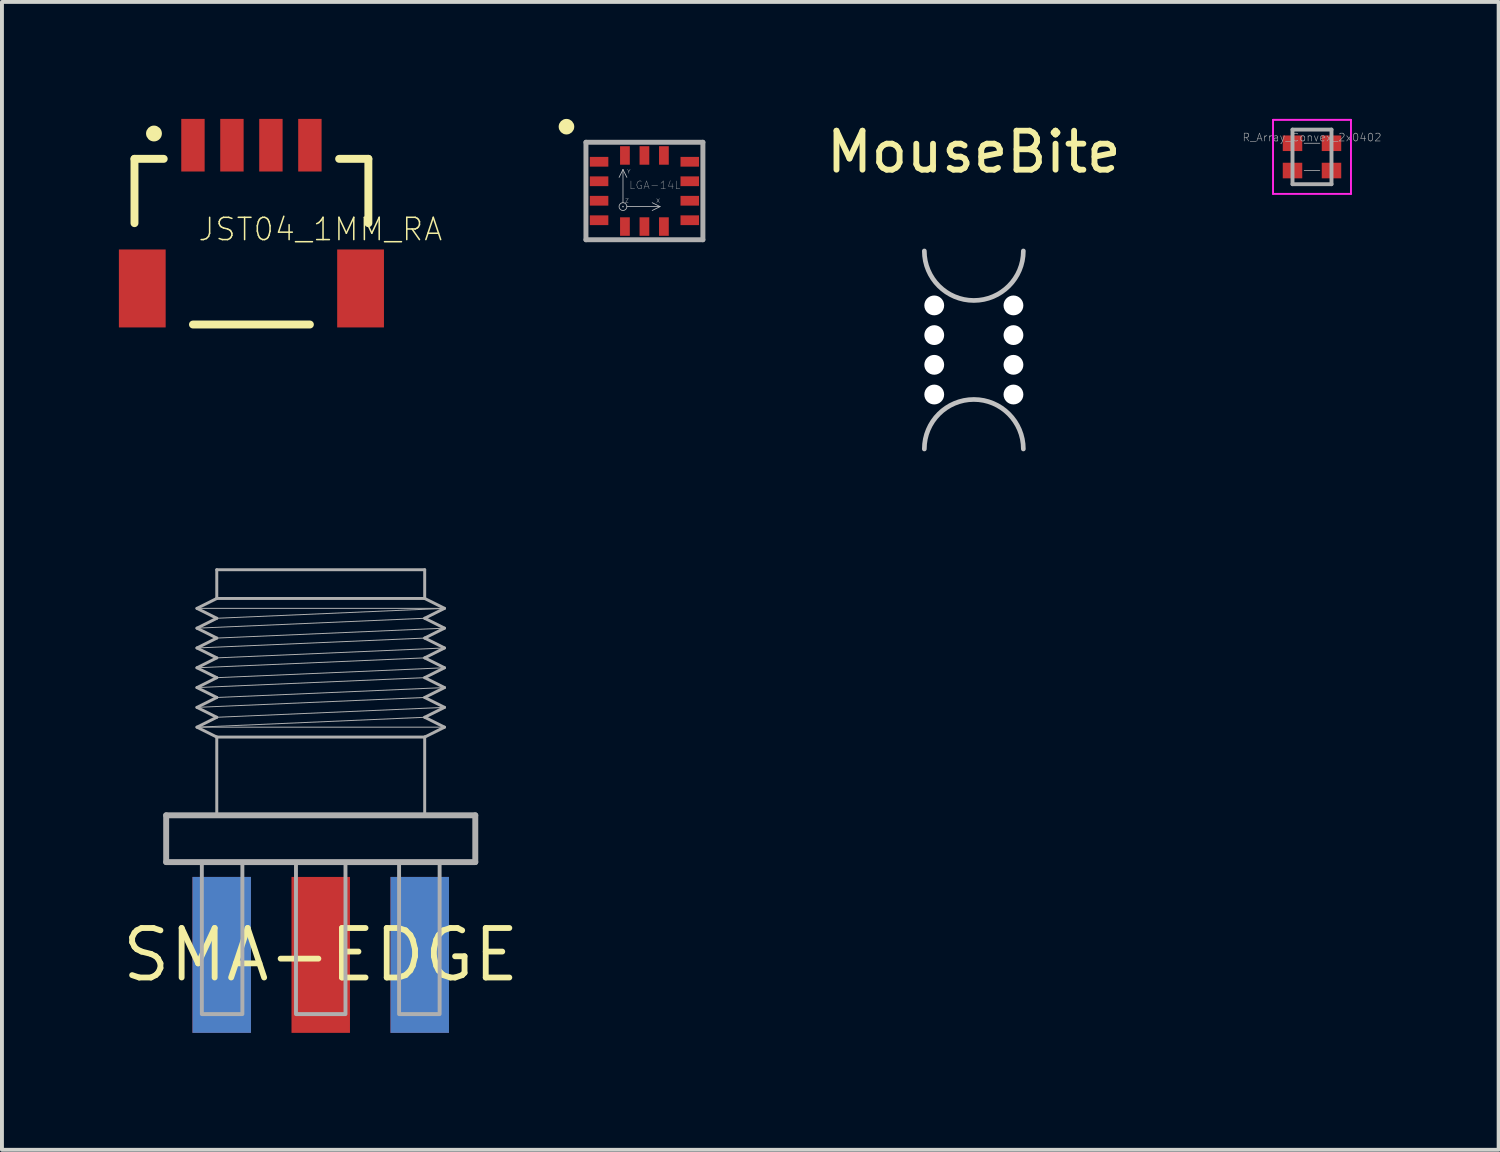
<source format=kicad_pcb>
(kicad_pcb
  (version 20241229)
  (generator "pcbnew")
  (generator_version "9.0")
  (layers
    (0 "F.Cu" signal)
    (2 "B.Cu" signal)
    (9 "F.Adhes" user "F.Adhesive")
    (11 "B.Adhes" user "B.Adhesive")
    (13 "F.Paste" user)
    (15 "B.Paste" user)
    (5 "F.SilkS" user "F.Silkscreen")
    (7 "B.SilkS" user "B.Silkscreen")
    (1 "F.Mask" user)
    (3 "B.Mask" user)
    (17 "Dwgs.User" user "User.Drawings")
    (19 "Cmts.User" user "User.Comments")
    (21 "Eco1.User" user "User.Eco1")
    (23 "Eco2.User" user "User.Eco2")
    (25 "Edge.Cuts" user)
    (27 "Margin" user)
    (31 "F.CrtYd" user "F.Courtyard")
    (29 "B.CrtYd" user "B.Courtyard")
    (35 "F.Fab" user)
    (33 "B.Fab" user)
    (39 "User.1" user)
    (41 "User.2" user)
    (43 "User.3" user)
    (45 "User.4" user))
  (footprint "LGA-14L"
    (layer "F.Cu")
    (at 13.482 1.85)
    (property "Reference" "LGA-14L" (at -0.4 -0.15 180) (layer "F.Fab") (effects (font (size 0.2 0.2) (thickness 0.01)) (justify left)))
    (attr smd)
    (fp_circle (center -2 -1.65) (end -1.9 -1.65) (stroke (width 0.2) (type solid)) (fill no) (layer "F.SilkS"))
    (fp_line (start -0.65 -0.35) (end -0.55 -0.55) (stroke (width 0.02) (type solid)) (layer "Dwgs.User"))
    (fp_line (start -0.55 -0.55) (end -0.45 -0.35) (stroke (width 0.02) (type solid)) (layer "Dwgs.User"))
    (fp_line (start -0.55 0.3) (end -0.55 -0.55) (stroke (width 0.02) (type solid)) (layer "Dwgs.User"))
    (fp_line (start -0.45 0.4) (end 0.4 0.4) (stroke (width 0.02) (type solid)) (layer "Dwgs.User"))
    (fp_line (start 0.2 0.3) (end 0.4 0.4) (stroke (width 0.02) (type solid)) (layer "Dwgs.User"))
    (fp_line (start 0.4 0.4) (end 0.2 0.5) (stroke (width 0.02) (type solid)) (layer "Dwgs.User"))
    (fp_circle (center -0.55 0.4) (end -0.54 0.4) (stroke (width 0.02) (type solid)) (fill no) (layer "Dwgs.User"))
    (fp_circle (center -0.55 0.4) (end -0.45 0.4) (stroke (width 0.02) (type solid)) (fill no) (layer "Dwgs.User"))
    (fp_line (start -1.5 -1.25) (end 1.5 -1.25) (stroke (width 0.127) (type solid)) (layer "F.Fab"))
    (fp_line (start -1.5 1.25) (end -1.5 -1.25) (stroke (width 0.127) (type solid)) (layer "F.Fab"))
    (fp_line (start 1.5 -1.25) (end 1.5 1.25) (stroke (width 0.127) (type solid)) (layer "F.Fab"))
    (fp_line (start 1.5 1.25) (end -1.5 1.25) (stroke (width 0.127) (type solid)) (layer "F.Fab"))
    (fp_text user "X" (at 0.35 0.25 0) (layer "Dwgs.User") (effects (font (size 0.1 0.1) (thickness 0.01))))
    (fp_text user "Z" (at -0.45 0.25 0) (layer "Dwgs.User") (effects (font (size 0.1 0.1) (thickness 0.01))))
    (fp_text user "Y" (at -0.4 -0.5 0) (layer "Dwgs.User") (effects (font (size 0.1 0.1) (thickness 0.01))))
    (pad "1" smd rect (at -1.163 -0.75) (size 0.475 0.25) (layers "F.Cu" "F.Mask" "F.Paste"))
    (pad "2" smd rect (at -1.163 -0.25) (size 0.475 0.25) (layers "F.Cu" "F.Mask" "F.Paste"))
    (pad "3" smd rect (at -1.163 0.25) (size 0.475 0.25) (layers "F.Cu" "F.Mask" "F.Paste"))
    (pad "4" smd rect (at -1.163 0.75) (size 0.475 0.25) (layers "F.Cu" "F.Mask" "F.Paste"))
    (pad "5" smd rect (at -0.5 0.912 90) (size 0.475 0.25) (layers "F.Cu" "F.Mask" "F.Paste"))
    (pad "6" smd rect (at 0 0.912 90) (size 0.475 0.25) (layers "F.Cu" "F.Mask" "F.Paste"))
    (pad "7" smd rect (at 0.5 0.912 90) (size 0.475 0.25) (layers "F.Cu" "F.Mask" "F.Paste"))
    (pad "8" smd rect (at 1.163 0.75 180) (size 0.475 0.25) (layers "F.Cu" "F.Mask" "F.Paste"))
    (pad "9" smd rect (at 1.163 0.25 180) (size 0.475 0.25) (layers "F.Cu" "F.Mask" "F.Paste"))
    (pad "10" smd rect (at 1.163 -0.25 180) (size 0.475 0.25) (layers "F.Cu" "F.Mask" "F.Paste"))
    (pad "11" smd rect (at 1.163 -0.75 180) (size 0.475 0.25) (layers "F.Cu" "F.Mask" "F.Paste"))
    (pad "12" smd rect (at 0.5 -0.912 270) (size 0.475 0.25) (layers "F.Cu" "F.Mask" "F.Paste"))
    (pad "13" smd rect (at 0 -0.912 270) (size 0.475 0.25) (layers "F.Cu" "F.Mask" "F.Paste"))
    (pad "14" smd rect (at -0.5 -0.912 270) (size 0.475 0.25) (layers "F.Cu" "F.Mask" "F.Paste")))
  (footprint "SMA-EDGE"
    (layer "F.Cu")
    (at 5.178 21.447)
    (property "Reference" "SMA-EDGE" (at 0 0 0) (layer "F.SilkS") (effects (font (size 1.27 1.27) (thickness 0.15))))
    (fp_line (start -3.965 -3.581) (end 3.965 -3.581) (stroke (width 0.152) (type solid)) (layer "F.Fab"))
    (fp_line (start -3.965 -2.381) (end -3.965 -3.581) (stroke (width 0.152) (type solid)) (layer "F.Fab"))
    (fp_line (start -3.175 -8.89) (end -2.667 -9.144) (stroke (width 0.076) (type solid)) (layer "F.Fab"))
    (fp_line (start -3.175 -8.382) (end -2.667 -8.636) (stroke (width 0.076) (type solid)) (layer "F.Fab"))
    (fp_line (start -3.175 -8.382) (end 2.667 -8.636) (stroke (width 0.025) (type solid)) (layer "F.Fab"))
    (fp_line (start -3.175 -7.874) (end -2.667 -8.128) (stroke (width 0.076) (type solid)) (layer "F.Fab"))
    (fp_line (start -3.175 -7.874) (end -2.667 -7.62) (stroke (width 0.076) (type solid)) (layer "F.Fab"))
    (fp_line (start -3.175 -7.874) (end 2.667 -8.128) (stroke (width 0.025) (type solid)) (layer "F.Fab"))
    (fp_line (start -3.175 -7.366) (end -2.667 -7.62) (stroke (width 0.076) (type solid)) (layer "F.Fab"))
    (fp_line (start -3.175 -7.366) (end 2.667 -7.62) (stroke (width 0.025) (type solid)) (layer "F.Fab"))
    (fp_line (start -3.175 -6.858) (end -2.667 -7.112) (stroke (width 0.076) (type solid)) (layer "F.Fab"))
    (fp_line (start -3.175 -6.858) (end 2.667 -7.112) (stroke (width 0.025) (type solid)) (layer "F.Fab"))
    (fp_line (start -3.175 -6.35) (end -2.667 -6.604) (stroke (width 0.076) (type solid)) (layer "F.Fab"))
    (fp_line (start -3.175 -6.35) (end 2.667 -6.604) (stroke (width 0.025) (type solid)) (layer "F.Fab"))
    (fp_line (start -3.175 -5.842) (end -2.667 -6.096) (stroke (width 0.076) (type solid)) (layer "F.Fab"))
    (fp_line (start -3.175 -5.842) (end 2.667 -6.096) (stroke (width 0.025) (type solid)) (layer "F.Fab"))
    (fp_line (start -3.175 -5.842) (end 3.175 -5.842) (stroke (width 0.025) (type solid)) (layer "F.Fab"))
    (fp_line (start -2.667 -9.881) (end 2.667 -9.881) (stroke (width 0.076) (type solid)) (layer "F.Fab"))
    (fp_line (start -2.667 -9.144) (end -2.667 -9.881) (stroke (width 0.076) (type solid)) (layer "F.Fab"))
    (fp_line (start -2.667 -9.144) (end 2.667 -9.144) (stroke (width 0.076) (type solid)) (layer "F.Fab"))
    (fp_line (start -2.667 -8.636) (end -3.175 -8.89) (stroke (width 0.076) (type solid)) (layer "F.Fab"))
    (fp_line (start -2.667 -8.636) (end 3.175 -8.89) (stroke (width 0.025) (type solid)) (layer "F.Fab"))
    (fp_line (start -2.667 -8.128) (end -3.175 -8.382) (stroke (width 0.076) (type solid)) (layer "F.Fab"))
    (fp_line (start -2.667 -8.128) (end 3.175 -8.382) (stroke (width 0.025) (type solid)) (layer "F.Fab"))
    (fp_line (start -2.667 -7.62) (end 3.175 -7.874) (stroke (width 0.025) (type solid)) (layer "F.Fab"))
    (fp_line (start -2.667 -7.112) (end -3.175 -7.366) (stroke (width 0.076) (type solid)) (layer "F.Fab"))
    (fp_line (start -2.667 -7.112) (end 3.175 -7.366) (stroke (width 0.025) (type solid)) (layer "F.Fab"))
    (fp_line (start -2.667 -6.604) (end -3.175 -6.858) (stroke (width 0.076) (type solid)) (layer "F.Fab"))
    (fp_line (start -2.667 -6.604) (end 3.175 -6.858) (stroke (width 0.025) (type solid)) (layer "F.Fab"))
    (fp_line (start -2.667 -6.096) (end -3.175 -6.35) (stroke (width 0.076) (type solid)) (layer "F.Fab"))
    (fp_line (start -2.667 -6.096) (end 3.175 -6.35) (stroke (width 0.025) (type solid)) (layer "F.Fab"))
    (fp_line (start -2.667 -5.588) (end -3.175 -5.842) (stroke (width 0.076) (type solid)) (layer "F.Fab"))
    (fp_line (start -2.667 -5.588) (end 2.667 -5.588) (stroke (width 0.076) (type solid)) (layer "F.Fab"))
    (fp_line (start -2.667 -3.581) (end -2.667 -5.588) (stroke (width 0.076) (type solid)) (layer "F.Fab"))
    (fp_line (start 2.667 -9.881) (end 2.667 -9.144) (stroke (width 0.076) (type solid)) (layer "F.Fab"))
    (fp_line (start 2.667 -9.144) (end 3.175 -8.89) (stroke (width 0.076) (type solid)) (layer "F.Fab"))
    (fp_line (start 2.667 -8.636) (end 3.175 -8.382) (stroke (width 0.076) (type solid)) (layer "F.Fab"))
    (fp_line (start 2.667 -8.128) (end 3.175 -7.874) (stroke (width 0.076) (type solid)) (layer "F.Fab"))
    (fp_line (start 2.667 -7.62) (end 3.175 -7.366) (stroke (width 0.076) (type solid)) (layer "F.Fab"))
    (fp_line (start 2.667 -7.112) (end 3.175 -6.858) (stroke (width 0.076) (type solid)) (layer "F.Fab"))
    (fp_line (start 2.667 -6.604) (end 3.175 -6.35) (stroke (width 0.076) (type solid)) (layer "F.Fab"))
    (fp_line (start 2.667 -6.096) (end 3.175 -5.842) (stroke (width 0.076) (type solid)) (layer "F.Fab"))
    (fp_line (start 2.667 -5.588) (end 2.667 -3.556) (stroke (width 0.076) (type solid)) (layer "F.Fab"))
    (fp_line (start 3.175 -8.89) (end -3.175 -8.89) (stroke (width 0.025) (type solid)) (layer "F.Fab"))
    (fp_line (start 3.175 -8.89) (end 2.667 -8.636) (stroke (width 0.076) (type solid)) (layer "F.Fab"))
    (fp_line (start 3.175 -8.382) (end 2.667 -8.128) (stroke (width 0.076) (type solid)) (layer "F.Fab"))
    (fp_line (start 3.175 -7.874) (end 2.667 -7.62) (stroke (width 0.076) (type solid)) (layer "F.Fab"))
    (fp_line (start 3.175 -7.366) (end 2.667 -7.112) (stroke (width 0.076) (type solid)) (layer "F.Fab"))
    (fp_line (start 3.175 -6.858) (end 2.667 -6.604) (stroke (width 0.076) (type solid)) (layer "F.Fab"))
    (fp_line (start 3.175 -6.35) (end 2.667 -6.096) (stroke (width 0.076) (type solid)) (layer "F.Fab"))
    (fp_line (start 3.175 -5.842) (end 2.667 -5.588) (stroke (width 0.076) (type solid)) (layer "F.Fab"))
    (fp_line (start 3.965 -3.581) (end 3.965 -2.381) (stroke (width 0.152) (type solid)) (layer "F.Fab"))
    (fp_line (start 3.965 -2.381) (end -3.965 -2.381) (stroke (width 0.152) (type solid)) (layer "F.Fab"))
    (fp_poly (pts (xy -3.05 1.519) (xy -2.01 1.519) (xy -2.01 -2.381) (xy -3.05 -2.381)) (stroke (width 0.1) (type solid)) (fill no) (layer "F.Fab"))
    (fp_poly (pts (xy -0.635 1.519) (xy 0.635 1.519) (xy 0.635 -2.381) (xy -0.635 -2.381)) (stroke (width 0.1) (type solid)) (fill no) (layer "F.Fab"))
    (fp_poly (pts (xy 2.01 1.519) (xy 3.05 1.519) (xy 3.05 -2.381) (xy 2.01 -2.381)) (stroke (width 0.1) (type solid)) (fill no) (layer "F.Fab"))
    (pad "1" smd rect (at 0 0) (size 1.5 4) (layers "F.Cu" "F.Mask" "F.Paste"))
    (pad "2" smd rect (at -2.54 0) (size 1.5 4) (layers "*.Mask" "F.Cu" "F.Paste"))
    (pad "2" smd rect (at -2.54 0) (size 1.5 4) (layers "B.Cu" "B.Mask"))
    (pad "2" smd rect (at 2.54 0) (size 1.5 4) (layers "F.Cu" "F.Mask" "F.Paste"))
    (pad "2" smd rect (at 2.54 0) (size 1.5 4) (layers "B.Cu" "B.Mask")))
  (footprint "JST04_1MM_RA"
    (layer "F.Cu")
    (at 3.4 0.675)
    (property "Reference" "JST04_1MM_RA" (at -1.397 2.159 0) (layer "F.SilkS") (effects (font (size 0.571 0.571) (thickness 0.039)) (justify left)))
    (fp_line (start -3 0.35) (end -2.25 0.35) (stroke (width 0.203) (type solid)) (layer "F.SilkS"))
    (fp_line (start -3 2) (end -3 0.35) (stroke (width 0.203) (type solid)) (layer "F.SilkS"))
    (fp_line (start -1.5 4.6) (end 1.5 4.6) (stroke (width 0.203) (type solid)) (layer "F.SilkS"))
    (fp_line (start 2.25 0.35) (end 3 0.35) (stroke (width 0.203) (type solid)) (layer "F.SilkS"))
    (fp_line (start 3 0.35) (end 3 2) (stroke (width 0.203) (type solid)) (layer "F.SilkS"))
    (fp_circle (center -2.5 -0.3) (end -2.398 -0.3) (stroke (width 0.203) (type solid)) (fill no) (layer "F.SilkS"))
    (pad "1" smd rect (at -1.5 0) (size 0.6 1.35) (layers "F.Cu" "F.Mask" "F.Paste"))
    (pad "2" smd rect (at -0.5 0) (size 0.6 1.35) (layers "F.Cu" "F.Mask" "F.Paste"))
    (pad "3" smd rect (at 0.5 0) (size 0.6 1.35) (layers "F.Cu" "F.Mask" "F.Paste"))
    (pad "4" smd rect (at 1.5 0) (size 0.6 1.35) (layers "F.Cu" "F.Mask" "F.Paste"))
    (pad "NC1" smd rect (at 2.8 3.675) (size 1.2 2) (layers "F.Cu" "F.Mask" "F.Paste"))
    (pad "NC2" smd rect (at -2.8 3.675) (size 1.2 2) (layers "F.Cu" "F.Mask" "F.Paste")))
  (footprint "MouseBite"
    (layer "F.Cu")
    (at 21.933 5.928)
    (property "Reference" "MouseBite" (at 0 -5.08 0) (layer "F.SilkS") (effects (font (size 1 1) (thickness 0.15))))
    (attr through_hole)
    (fp_arc (start -1.27 2.54) (mid 0 1.27) (end 1.27 2.54) (stroke (width 0.12) (type solid)) (layer "Dwgs.User"))
    (fp_arc (start 1.27 -2.54) (mid 0 -1.27) (end -1.27 -2.54) (stroke (width 0.12) (type solid)) (layer "Dwgs.User"))
    (pad "" np_thru_hole circle (at -1.016 -1.143) (size 0.508 0.508) (drill 0.508) (layers "*.Cu" "*.Mask"))
    (pad "" np_thru_hole circle (at -1.016 -0.381) (size 0.508 0.508) (drill 0.508) (layers "*.Cu" "*.Mask"))
    (pad "" np_thru_hole circle (at -1.016 0.381) (size 0.508 0.508) (drill 0.508) (layers "*.Cu" "*.Mask"))
    (pad "" np_thru_hole circle (at -1.016 1.143) (size 0.508 0.508) (drill 0.508) (layers "*.Cu" "*.Mask"))
    (pad "" np_thru_hole circle (at 1.016 -1.143) (size 0.508 0.508) (drill 0.508) (layers "*.Cu" "*.Mask"))
    (pad "" np_thru_hole circle (at 1.016 -0.381) (size 0.508 0.508) (drill 0.508) (layers "*.Cu" "*.Mask"))
    (pad "" np_thru_hole circle (at 1.016 0.381) (size 0.508 0.508) (drill 0.508) (layers "*.Cu" "*.Mask"))
    (pad "" np_thru_hole circle (at 1.016 1.143) (size 0.508 0.508) (drill 0.508) (layers "*.Cu" "*.Mask")))
  (footprint "R_Array_Convex_2x0402"
    (layer "F.Cu")
    (at 30.608 0.975)
    (property "Reference" "R_Array_Convex_2x0402" (at 0 -0.5 0) (layer "F.Fab") (effects (font (size 0.2 0.2) (thickness 0.015))))
    (attr smd)
    (fp_line (start -1 -0.95) (end -1 0.95) (stroke (width 0.05) (type solid)) (layer "F.CrtYd"))
    (fp_line (start -1 -0.95) (end 1 -0.95) (stroke (width 0.05) (type solid)) (layer "F.CrtYd"))
    (fp_line (start 1 0.95) (end -1 0.95) (stroke (width 0.05) (type solid)) (layer "F.CrtYd"))
    (fp_line (start 1 0.95) (end 1 -0.95) (stroke (width 0.05) (type solid)) (layer "F.CrtYd"))
    (fp_line (start -0.5 -0.7) (end -0.5 0.7) (stroke (width 0.1) (type solid)) (layer "F.Fab"))
    (fp_line (start -0.5 0.7) (end 0.5 0.7) (stroke (width 0.1) (type solid)) (layer "F.Fab"))
    (fp_line (start -0.2 -0.35) (end 0.2 -0.35) (stroke (width 0.02) (type solid)) (layer "F.Fab"))
    (fp_line (start -0.2 0.35) (end 0.2 0.35) (stroke (width 0.02) (type solid)) (layer "F.Fab"))
    (fp_line (start 0.5 -0.7) (end -0.5 -0.7) (stroke (width 0.1) (type solid)) (layer "F.Fab"))
    (fp_line (start 0.5 0.7) (end 0.5 -0.7) (stroke (width 0.1) (type solid)) (layer "F.Fab"))
    (pad "1" smd rect (at -0.5 -0.35) (size 0.5 0.4) (layers "F.Cu" "F.Mask" "F.Paste"))
    (pad "2" smd rect (at -0.5 0.35) (size 0.5 0.4) (layers "F.Cu" "F.Mask" "F.Paste"))
    (pad "3" smd rect (at 0.5 0.35) (size 0.5 0.4) (layers "F.Cu" "F.Mask" "F.Paste"))
    (pad "4" smd rect (at 0.5 -0.35) (size 0.5 0.4) (layers "F.Cu" "F.Mask" "F.Paste")))
  (gr_rect
    (start -3 -3)
    (end 35.396 26.447)
    (stroke (width 0.1) (type default))
    (fill no)
    (layer "Edge.Cuts")))
</source>
